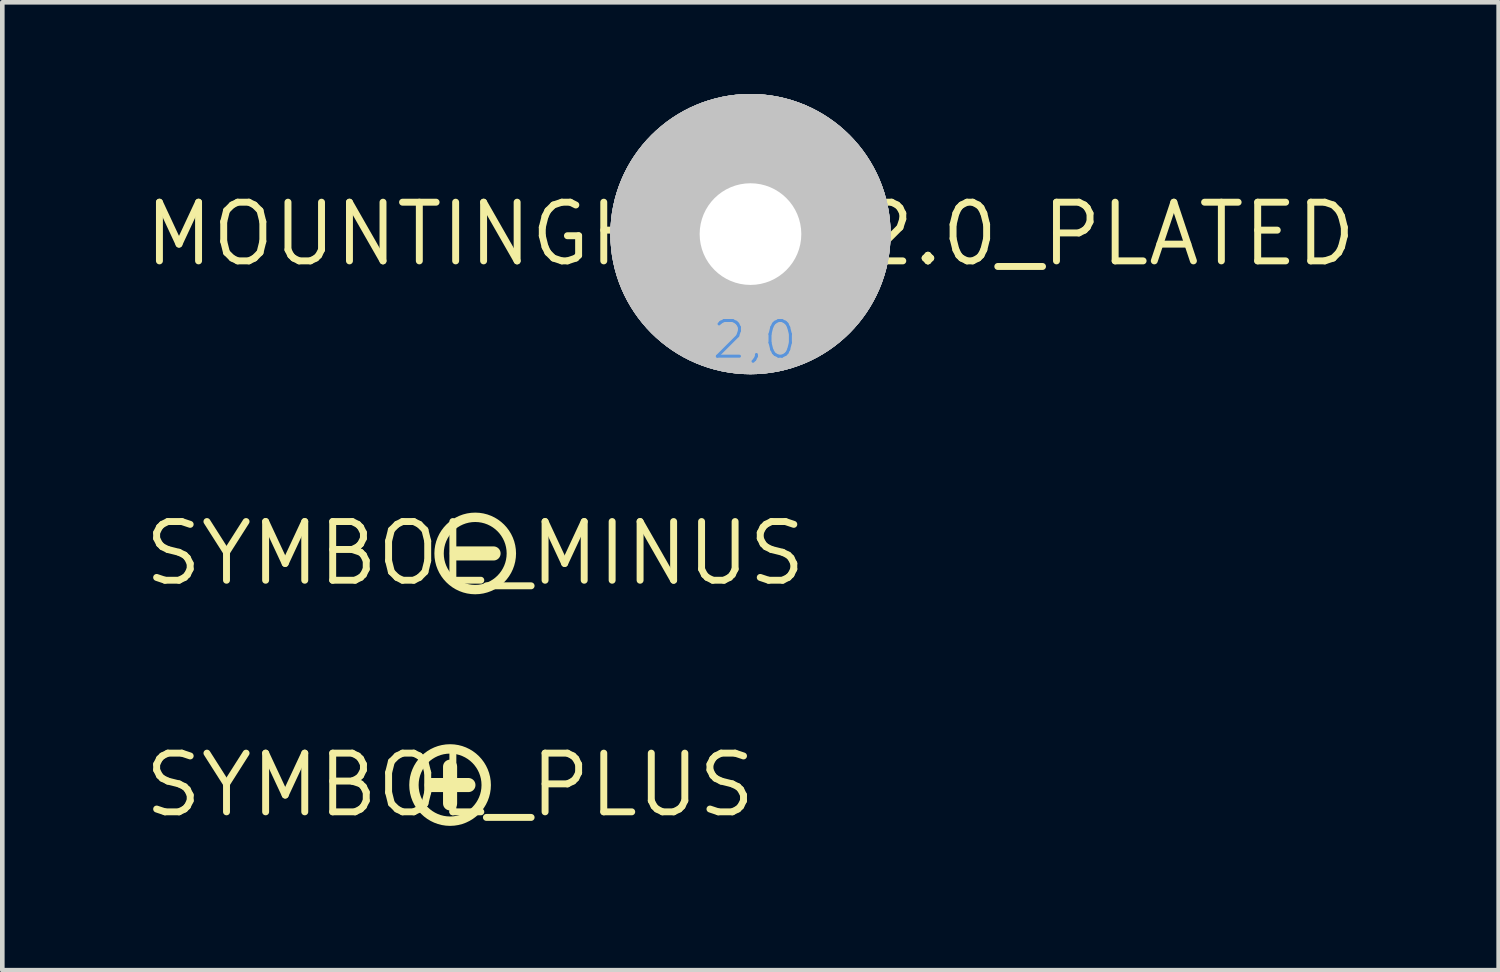
<source format=kicad_pcb>
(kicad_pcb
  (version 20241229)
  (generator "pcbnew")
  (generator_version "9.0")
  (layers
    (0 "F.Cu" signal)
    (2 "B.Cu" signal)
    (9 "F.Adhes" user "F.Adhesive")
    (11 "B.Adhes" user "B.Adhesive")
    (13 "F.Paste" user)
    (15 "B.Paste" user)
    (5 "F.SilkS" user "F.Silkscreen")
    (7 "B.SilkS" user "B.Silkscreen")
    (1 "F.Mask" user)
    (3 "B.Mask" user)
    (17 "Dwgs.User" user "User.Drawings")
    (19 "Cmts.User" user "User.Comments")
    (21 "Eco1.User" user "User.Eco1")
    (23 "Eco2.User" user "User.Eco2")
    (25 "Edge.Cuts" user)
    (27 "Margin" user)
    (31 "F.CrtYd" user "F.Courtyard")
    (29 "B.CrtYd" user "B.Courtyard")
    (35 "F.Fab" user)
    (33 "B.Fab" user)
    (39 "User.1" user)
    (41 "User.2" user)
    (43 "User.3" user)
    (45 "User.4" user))
  (footprint "MOUNTINGHOLE_2.0_PLATED"
    (layer "F.Cu")
    (at 13.191 2.016)
    (property "Reference" "MOUNTINGHOLE_2.0_PLATED" (at 0 0 0) (layer "F.SilkS") (effects (font (size 1.27 1.27) (thickness 0.15))))
    (attr through_hole)
    (fp_circle (center 0 0) (end 1.8 0) (stroke (width 0.203) (type solid)) (fill no) (layer "F.SilkS"))
    (fp_circle (center 0 0) (end 1 0) (stroke (width 2.032) (type solid)) (fill no) (layer "Dwgs.User"))
    (fp_circle (center 0 0) (end 1 0) (stroke (width 2.032) (type solid)) (fill no) (layer "Dwgs.User"))
    (fp_circle (center 0 0) (end 1 0) (stroke (width 2.032) (type solid)) (fill no) (layer "Dwgs.User"))
    (fp_circle (center 0 0) (end 1 0) (stroke (width 2.032) (type solid)) (fill no) (layer "Dwgs.User"))
    (fp_circle (center 0 0) (end 1 0) (stroke (width 2.032) (type solid)) (fill no) (layer "Dwgs.User"))
    (fp_text user "2,0" (at -0.87 2.74 0) (layer "Cmts.User") (effects (font (size 0.772 0.772) (thickness 0.065)) (justify left bottom)))
    (pad "P$1" thru_hole circle (at 0 0) (size 3 3) (drill 2.2) (layers "*.Cu" "*.Mask")))
  (footprint "SYMBOL_MINUS"
    (layer "F.Cu")
    (at 7.234 8.927)
    (property "Reference" "SYMBOL_MINUS" (at 0 0 0) (layer "F.SilkS") (effects (font (size 1.27 1.27) (thickness 0.15))))
    (attr through_hole)
    (fp_line (start 0.397 0) (end -0.397 0) (stroke (width 0.305) (type solid)) (layer "F.SilkS"))
    (fp_circle (center 0 0) (end 0.782 0) (stroke (width 0.203) (type solid)) (fill no) (layer "F.SilkS")))
  (footprint "SYMBOL_PLUS"
    (layer "F.Cu")
    (at 6.69 13.939)
    (property "Reference" "SYMBOL_PLUS" (at 0 0 0) (layer "F.SilkS") (effects (font (size 1.27 1.27) (thickness 0.15))))
    (attr through_hole)
    (fp_line (start 0 -0.397) (end 0 0.397) (stroke (width 0.305) (type solid)) (layer "F.SilkS"))
    (fp_line (start 0.397 0) (end -0.397 0) (stroke (width 0.305) (type solid)) (layer "F.SilkS"))
    (fp_circle (center 0 0) (end 0.782 0) (stroke (width 0.203) (type solid)) (fill no) (layer "F.SilkS")))
  (gr_rect
    (start -3 -3)
    (end 29.382 17.945)
    (stroke (width 0.1) (type default))
    (fill no)
    (layer "Edge.Cuts")))
</source>
